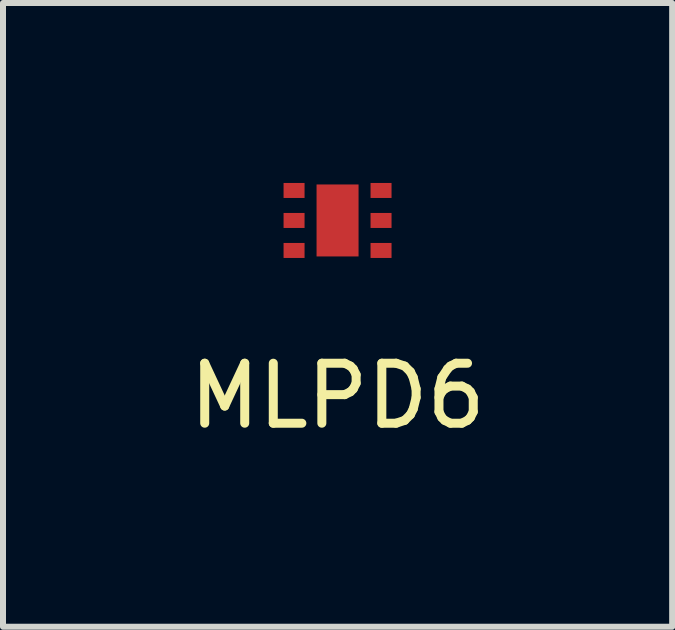
<source format=kicad_pcb>
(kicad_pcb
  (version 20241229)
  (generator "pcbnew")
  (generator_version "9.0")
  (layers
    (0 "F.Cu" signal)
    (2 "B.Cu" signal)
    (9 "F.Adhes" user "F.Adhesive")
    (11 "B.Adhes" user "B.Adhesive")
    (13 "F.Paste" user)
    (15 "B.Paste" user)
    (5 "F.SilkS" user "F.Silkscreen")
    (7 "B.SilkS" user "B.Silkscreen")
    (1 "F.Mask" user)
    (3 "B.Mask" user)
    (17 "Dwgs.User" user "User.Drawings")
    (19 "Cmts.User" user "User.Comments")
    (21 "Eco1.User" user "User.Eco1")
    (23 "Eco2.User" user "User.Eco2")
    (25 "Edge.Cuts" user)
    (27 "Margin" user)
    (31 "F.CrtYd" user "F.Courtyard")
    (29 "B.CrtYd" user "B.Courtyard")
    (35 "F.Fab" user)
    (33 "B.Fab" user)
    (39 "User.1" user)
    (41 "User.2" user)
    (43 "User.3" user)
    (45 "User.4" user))
  (footprint "MLPD6"
    (layer "F.Cu")
    (at 2.577 0.625)
    (property "Reference" "MLPD6" (at 0 2.925 0) (layer "F.SilkS") (effects (font (size 1 1) (thickness 0.15))))
    (attr through_hole)
    (pad "0" smd rect (at 0 0) (size 0.7 1.2) (layers "F.Cu" "F.Mask" "F.Paste"))
    (pad "1" smd rect (at -0.725 -0.5) (size 0.35 0.25) (layers "F.Cu" "F.Mask" "F.Paste"))
    (pad "2" smd rect (at -0.725 0) (size 0.35 0.25) (layers "F.Cu" "F.Mask" "F.Paste"))
    (pad "3" smd rect (at -0.725 0.5) (size 0.35 0.25) (layers "F.Cu" "F.Mask" "F.Paste"))
    (pad "4" smd rect (at 0.725 0.5) (size 0.35 0.25) (layers "F.Cu" "F.Mask" "F.Paste"))
    (pad "5" smd rect (at 0.725 0) (size 0.35 0.25) (layers "F.Cu" "F.Mask" "F.Paste"))
    (pad "6" smd rect (at 0.725 -0.5) (size 0.35 0.25) (layers "F.Cu" "F.Mask" "F.Paste")))
  (gr_rect
    (start -3 -3)
    (end 8.155 7.398)
    (stroke (width 0.1) (type default))
    (fill no)
    (layer "Edge.Cuts")))
</source>
